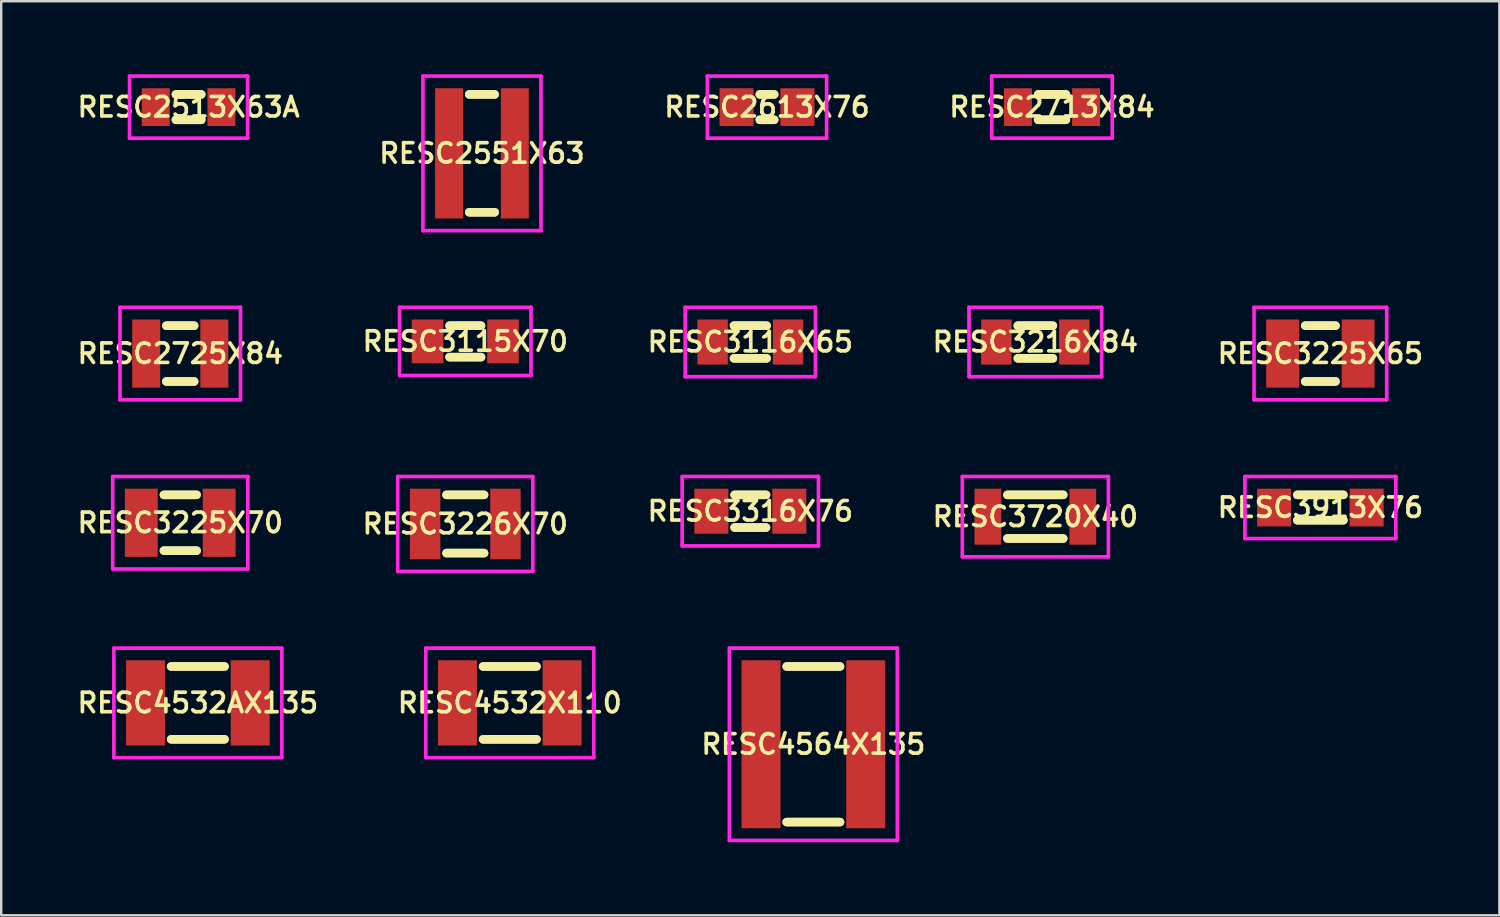
<source format=kicad_pcb>
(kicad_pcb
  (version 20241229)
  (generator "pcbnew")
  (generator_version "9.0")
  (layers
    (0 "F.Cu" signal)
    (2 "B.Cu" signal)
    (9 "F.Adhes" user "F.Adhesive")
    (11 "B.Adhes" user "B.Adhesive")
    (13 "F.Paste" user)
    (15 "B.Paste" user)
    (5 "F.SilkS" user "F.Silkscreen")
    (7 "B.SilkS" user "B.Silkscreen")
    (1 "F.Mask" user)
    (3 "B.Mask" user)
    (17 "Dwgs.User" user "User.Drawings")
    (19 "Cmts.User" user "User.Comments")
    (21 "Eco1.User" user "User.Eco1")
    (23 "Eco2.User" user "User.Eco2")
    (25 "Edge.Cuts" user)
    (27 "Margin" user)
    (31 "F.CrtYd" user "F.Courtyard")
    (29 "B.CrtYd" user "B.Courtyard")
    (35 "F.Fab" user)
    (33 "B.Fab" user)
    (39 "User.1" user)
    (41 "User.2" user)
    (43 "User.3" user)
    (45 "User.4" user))
  (footprint "RESC3913X76"
    (layer "F.Cu")
    (at 51.191 17.8)
    (property "Reference" "RESC3913X76" (at 0 0 0) (layer "F.SilkS") (effects (font (size 0.8 0.8) (thickness 0.15))))
    (attr smd)
    (fp_line (start -0.946 -0.521) (end 0.946 -0.521) (stroke (width 0.35) (type solid)) (layer "F.SilkS"))
    (fp_line (start -0.946 0.521) (end 0.946 0.521) (stroke (width 0.35) (type solid)) (layer "F.SilkS"))
    (fp_line (start 0.946 -0.521) (end -0.946 -0.521) (stroke (width 0.35) (type solid)) (layer "F.SilkS"))
    (fp_line (start 0.946 0.521) (end -0.946 0.521) (stroke (width 0.35) (type solid)) (layer "F.SilkS"))
    (fp_line (start -3.1 -1.275) (end 3.1 -1.275) (stroke (width 0.15) (type solid)) (layer "F.CrtYd"))
    (fp_line (start -3.1 1.275) (end -3.1 -1.275) (stroke (width 0.15) (type solid)) (layer "F.CrtYd"))
    (fp_line (start 3.1 -1.275) (end 3.1 1.275) (stroke (width 0.15) (type solid)) (layer "F.CrtYd"))
    (fp_line (start 3.1 1.275) (end -3.1 1.275) (stroke (width 0.15) (type solid)) (layer "F.CrtYd"))
    (pad "1" smd rect (at -1.9 0) (size 1.4 1.55) (layers "F.Cu" "F.Mask" "F.Paste"))
    (pad "2" smd rect (at 1.9 0) (size 1.4 1.55) (layers "F.Cu" "F.Mask" "F.Paste")))
  (footprint "RESC4532X110"
    (layer "F.Cu")
    (at 17.892 25.825)
    (property "Reference" "RESC4532X110" (at 0 0 0) (layer "F.SilkS") (effects (font (size 0.8 0.8) (thickness 0.15))))
    (attr through_hole)
    (fp_line (start -1.096 -1.496) (end 1.096 -1.496) (stroke (width 0.35) (type solid)) (layer "F.SilkS"))
    (fp_line (start -1.096 1.496) (end 1.096 1.496) (stroke (width 0.35) (type solid)) (layer "F.SilkS"))
    (fp_line (start 1.096 -1.496) (end -1.096 -1.496) (stroke (width 0.35) (type solid)) (layer "F.SilkS"))
    (fp_line (start 1.096 1.496) (end -1.096 1.496) (stroke (width 0.35) (type solid)) (layer "F.SilkS"))
    (fp_line (start -3.45 -2.25) (end 3.45 -2.25) (stroke (width 0.15) (type solid)) (layer "F.CrtYd"))
    (fp_line (start -3.45 2.25) (end -3.45 -2.25) (stroke (width 0.15) (type solid)) (layer "F.CrtYd"))
    (fp_line (start 3.45 -2.25) (end 3.45 2.25) (stroke (width 0.15) (type solid)) (layer "F.CrtYd"))
    (fp_line (start 3.45 2.25) (end -3.45 2.25) (stroke (width 0.15) (type solid)) (layer "F.CrtYd"))
    (pad "1" smd rect (at -2.15 0) (size 1.6 3.5) (layers "F.Cu" "F.Mask" "F.Paste"))
    (pad "2" smd rect (at 2.15 0) (size 1.6 3.5) (layers "F.Cu" "F.Mask" "F.Paste")))
  (footprint "RESC3226X70"
    (layer "F.Cu")
    (at 16.064 18.475)
    (property "Reference" "RESC3226X70" (at 0 0 0) (layer "F.SilkS") (effects (font (size 0.8 0.8) (thickness 0.15))))
    (attr smd)
    (fp_line (start -0.771 -1.196) (end 0.771 -1.196) (stroke (width 0.35) (type solid)) (layer "F.SilkS"))
    (fp_line (start -0.771 1.196) (end 0.771 1.196) (stroke (width 0.35) (type solid)) (layer "F.SilkS"))
    (fp_line (start 0.771 -1.196) (end -0.771 -1.196) (stroke (width 0.35) (type solid)) (layer "F.SilkS"))
    (fp_line (start 0.771 1.196) (end -0.771 1.196) (stroke (width 0.35) (type solid)) (layer "F.SilkS"))
    (fp_line (start -2.775 -1.95) (end 2.775 -1.95) (stroke (width 0.15) (type solid)) (layer "F.CrtYd"))
    (fp_line (start -2.775 1.95) (end -2.775 -1.95) (stroke (width 0.15) (type solid)) (layer "F.CrtYd"))
    (fp_line (start 2.775 -1.95) (end 2.775 1.95) (stroke (width 0.15) (type solid)) (layer "F.CrtYd"))
    (fp_line (start 2.775 1.95) (end -2.775 1.95) (stroke (width 0.15) (type solid)) (layer "F.CrtYd"))
    (pad "1" smd rect (at -1.65 0) (size 1.25 2.9) (layers "F.Cu" "F.Mask" "F.Paste"))
    (pad "2" smd rect (at 1.65 0) (size 1.25 2.9) (layers "F.Cu" "F.Mask" "F.Paste")))
  (footprint "RESC2513X63A"
    (layer "F.Cu")
    (at 4.697 1.35)
    (property "Reference" "RESC2513X63A" (at 0 0 0) (layer "F.SilkS") (effects (font (size 0.8 0.8) (thickness 0.15))))
    (attr through_hole)
    (fp_line (start -0.521 -0.521) (end 0.521 -0.521) (stroke (width 0.35) (type solid)) (layer "F.SilkS"))
    (fp_line (start -0.521 0.521) (end 0.521 0.521) (stroke (width 0.35) (type solid)) (layer "F.SilkS"))
    (fp_line (start 0.521 -0.521) (end -0.521 -0.521) (stroke (width 0.35) (type solid)) (layer "F.SilkS"))
    (fp_line (start 0.521 0.521) (end -0.521 0.521) (stroke (width 0.35) (type solid)) (layer "F.SilkS"))
    (fp_line (start -2.425 -1.275) (end 2.425 -1.275) (stroke (width 0.15) (type solid)) (layer "F.CrtYd"))
    (fp_line (start -2.425 1.275) (end -2.425 -1.275) (stroke (width 0.15) (type solid)) (layer "F.CrtYd"))
    (fp_line (start 2.425 -1.275) (end 2.425 1.275) (stroke (width 0.15) (type solid)) (layer "F.CrtYd"))
    (fp_line (start 2.425 1.275) (end -2.425 1.275) (stroke (width 0.15) (type solid)) (layer "F.CrtYd"))
    (pad "1" smd rect (at -1.35 0) (size 1.15 1.55) (layers "F.Cu" "F.Mask" "F.Paste"))
    (pad "2" smd rect (at 1.35 0) (size 1.15 1.55) (layers "F.Cu" "F.Mask" "F.Paste")))
  (footprint "RESC3720X40"
    (layer "F.Cu")
    (at 39.482 18.175)
    (property "Reference" "RESC3720X40" (at 0 0 0) (layer "F.SilkS") (effects (font (size 0.8 0.8) (thickness 0.15))))
    (attr smd)
    (fp_line (start -1.146 -0.896) (end 1.146 -0.896) (stroke (width 0.35) (type solid)) (layer "F.SilkS"))
    (fp_line (start -1.146 0.896) (end 1.146 0.896) (stroke (width 0.35) (type solid)) (layer "F.SilkS"))
    (fp_line (start 1.146 -0.896) (end -1.146 -0.896) (stroke (width 0.35) (type solid)) (layer "F.SilkS"))
    (fp_line (start 1.146 0.896) (end -1.146 0.896) (stroke (width 0.35) (type solid)) (layer "F.SilkS"))
    (fp_line (start -3 -1.65) (end 3 -1.65) (stroke (width 0.15) (type solid)) (layer "F.CrtYd"))
    (fp_line (start -3 1.65) (end -3 -1.65) (stroke (width 0.15) (type solid)) (layer "F.CrtYd"))
    (fp_line (start 3 -1.65) (end 3 1.65) (stroke (width 0.15) (type solid)) (layer "F.CrtYd"))
    (fp_line (start 3 1.65) (end -3 1.65) (stroke (width 0.15) (type solid)) (layer "F.CrtYd"))
    (pad "1" smd rect (at -1.95 0) (size 1.1 2.3) (layers "F.Cu" "F.Mask" "F.Paste"))
    (pad "2" smd rect (at 1.95 0) (size 1.1 2.3) (layers "F.Cu" "F.Mask" "F.Paste")))
  (footprint "RESC2551X63"
    (layer "F.Cu")
    (at 16.749 3.25)
    (property "Reference" "RESC2551X63" (at 0 0 0) (layer "F.SilkS") (effects (font (size 0.8 0.8) (thickness 0.15))))
    (attr through_hole)
    (fp_line (start -0.521 -2.421) (end 0.521 -2.421) (stroke (width 0.35) (type solid)) (layer "F.SilkS"))
    (fp_line (start -0.521 2.421) (end 0.521 2.421) (stroke (width 0.35) (type solid)) (layer "F.SilkS"))
    (fp_line (start 0.521 -2.421) (end -0.521 -2.421) (stroke (width 0.35) (type solid)) (layer "F.SilkS"))
    (fp_line (start 0.521 2.421) (end -0.521 2.421) (stroke (width 0.35) (type solid)) (layer "F.SilkS"))
    (fp_line (start -2.425 -3.175) (end 2.425 -3.175) (stroke (width 0.15) (type solid)) (layer "F.CrtYd"))
    (fp_line (start -2.425 3.175) (end -2.425 -3.175) (stroke (width 0.15) (type solid)) (layer "F.CrtYd"))
    (fp_line (start 2.425 -3.175) (end 2.425 3.175) (stroke (width 0.15) (type solid)) (layer "F.CrtYd"))
    (fp_line (start 2.425 3.175) (end -2.425 3.175) (stroke (width 0.15) (type solid)) (layer "F.CrtYd"))
    (pad "1" smd rect (at -1.35 0) (size 1.15 5.35) (layers "F.Cu" "F.Mask" "F.Paste"))
    (pad "2" smd rect (at 1.35 0) (size 1.15 5.35) (layers "F.Cu" "F.Mask" "F.Paste")))
  (footprint "RESC3116X65"
    (layer "F.Cu")
    (at 27.773 11)
    (property "Reference" "RESC3116X65" (at 0 0 0) (layer "F.SilkS") (effects (font (size 0.8 0.8) (thickness 0.15))))
    (attr smd)
    (fp_line (start -0.671 -0.671) (end 0.671 -0.671) (stroke (width 0.35) (type solid)) (layer "F.SilkS"))
    (fp_line (start -0.671 0.671) (end 0.671 0.671) (stroke (width 0.35) (type solid)) (layer "F.SilkS"))
    (fp_line (start 0.671 -0.671) (end -0.671 -0.671) (stroke (width 0.35) (type solid)) (layer "F.SilkS"))
    (fp_line (start 0.671 0.671) (end -0.671 0.671) (stroke (width 0.35) (type solid)) (layer "F.SilkS"))
    (fp_line (start -2.675 -1.425) (end 2.675 -1.425) (stroke (width 0.15) (type solid)) (layer "F.CrtYd"))
    (fp_line (start -2.675 1.425) (end -2.675 -1.425) (stroke (width 0.15) (type solid)) (layer "F.CrtYd"))
    (fp_line (start 2.675 -1.425) (end 2.675 1.425) (stroke (width 0.15) (type solid)) (layer "F.CrtYd"))
    (fp_line (start 2.675 1.425) (end -2.675 1.425) (stroke (width 0.15) (type solid)) (layer "F.CrtYd"))
    (pad "1" smd rect (at -1.55 0) (size 1.25 1.85) (layers "F.Cu" "F.Mask" "F.Paste"))
    (pad "2" smd rect (at 1.55 0) (size 1.25 1.85) (layers "F.Cu" "F.Mask" "F.Paste")))
  (footprint "RESC2713X84"
    (layer "F.Cu")
    (at 40.167 1.35)
    (property "Reference" "RESC2713X84" (at 0 0 0) (layer "F.SilkS") (effects (font (size 0.8 0.8) (thickness 0.15))))
    (attr smd)
    (fp_line (start -0.571 -0.521) (end 0.571 -0.521) (stroke (width 0.35) (type solid)) (layer "F.SilkS"))
    (fp_line (start -0.571 0.521) (end 0.571 0.521) (stroke (width 0.35) (type solid)) (layer "F.SilkS"))
    (fp_line (start 0.571 -0.521) (end -0.571 -0.521) (stroke (width 0.35) (type solid)) (layer "F.SilkS"))
    (fp_line (start 0.571 0.521) (end -0.571 0.521) (stroke (width 0.35) (type solid)) (layer "F.SilkS"))
    (fp_line (start -2.475 -1.275) (end 2.475 -1.275) (stroke (width 0.15) (type solid)) (layer "F.CrtYd"))
    (fp_line (start -2.475 1.275) (end -2.475 -1.275) (stroke (width 0.15) (type solid)) (layer "F.CrtYd"))
    (fp_line (start 2.475 -1.275) (end 2.475 1.275) (stroke (width 0.15) (type solid)) (layer "F.CrtYd"))
    (fp_line (start 2.475 1.275) (end -2.475 1.275) (stroke (width 0.15) (type solid)) (layer "F.CrtYd"))
    (pad "1" smd rect (at -1.4 0) (size 1.15 1.55) (layers "F.Cu" "F.Mask" "F.Paste"))
    (pad "2" smd rect (at 1.4 0) (size 1.15 1.55) (layers "F.Cu" "F.Mask" "F.Paste")))
  (footprint "RESC3115X70"
    (layer "F.Cu")
    (at 16.064 10.975)
    (property "Reference" "RESC3115X70" (at 0 0 0) (layer "F.SilkS") (effects (font (size 0.8 0.8) (thickness 0.15))))
    (attr smd)
    (fp_line (start -0.646 -0.646) (end 0.646 -0.646) (stroke (width 0.35) (type solid)) (layer "F.SilkS"))
    (fp_line (start -0.646 0.646) (end 0.646 0.646) (stroke (width 0.35) (type solid)) (layer "F.SilkS"))
    (fp_line (start 0.646 -0.646) (end -0.646 -0.646) (stroke (width 0.35) (type solid)) (layer "F.SilkS"))
    (fp_line (start 0.646 0.646) (end -0.646 0.646) (stroke (width 0.35) (type solid)) (layer "F.SilkS"))
    (fp_line (start -2.7 -1.4) (end 2.7 -1.4) (stroke (width 0.15) (type solid)) (layer "F.CrtYd"))
    (fp_line (start -2.7 1.4) (end -2.7 -1.4) (stroke (width 0.15) (type solid)) (layer "F.CrtYd"))
    (fp_line (start 2.7 -1.4) (end 2.7 1.4) (stroke (width 0.15) (type solid)) (layer "F.CrtYd"))
    (fp_line (start 2.7 1.4) (end -2.7 1.4) (stroke (width 0.15) (type solid)) (layer "F.CrtYd"))
    (pad "1" smd rect (at -1.55 0) (size 1.3 1.8) (layers "F.Cu" "F.Mask" "F.Paste"))
    (pad "2" smd rect (at 1.55 0) (size 1.3 1.8) (layers "F.Cu" "F.Mask" "F.Paste")))
  (footprint "RESC3316X76"
    (layer "F.Cu")
    (at 27.773 17.95)
    (property "Reference" "RESC3316X76" (at 0 0 0) (layer "F.SilkS") (effects (font (size 0.8 0.8) (thickness 0.15))))
    (attr through_hole)
    (fp_line (start -0.646 -0.671) (end 0.646 -0.671) (stroke (width 0.35) (type solid)) (layer "F.SilkS"))
    (fp_line (start -0.646 0.671) (end 0.646 0.671) (stroke (width 0.35) (type solid)) (layer "F.SilkS"))
    (fp_line (start 0.646 -0.671) (end -0.646 -0.671) (stroke (width 0.35) (type solid)) (layer "F.SilkS"))
    (fp_line (start 0.646 0.671) (end -0.646 0.671) (stroke (width 0.35) (type solid)) (layer "F.SilkS"))
    (fp_line (start -2.8 -1.425) (end 2.8 -1.425) (stroke (width 0.15) (type solid)) (layer "F.CrtYd"))
    (fp_line (start -2.8 1.425) (end -2.8 -1.425) (stroke (width 0.15) (type solid)) (layer "F.CrtYd"))
    (fp_line (start 2.8 -1.425) (end 2.8 1.425) (stroke (width 0.15) (type solid)) (layer "F.CrtYd"))
    (fp_line (start 2.8 1.425) (end -2.8 1.425) (stroke (width 0.15) (type solid)) (layer "F.CrtYd"))
    (pad "1" smd rect (at -1.6 0) (size 1.4 1.85) (layers "F.Cu" "F.Mask" "F.Paste"))
    (pad "2" smd rect (at 1.6 0) (size 1.4 1.85) (layers "F.Cu" "F.Mask" "F.Paste")))
  (footprint "RESC4564X135"
    (layer "F.Cu")
    (at 30.363 27.525)
    (property "Reference" "RESC4564X135" (at 0 0 0) (layer "F.SilkS") (effects (font (size 0.8 0.8) (thickness 0.15))))
    (attr through_hole)
    (fp_line (start -1.096 -3.196) (end 1.096 -3.196) (stroke (width 0.35) (type solid)) (layer "F.SilkS"))
    (fp_line (start -1.096 3.196) (end 1.096 3.196) (stroke (width 0.35) (type solid)) (layer "F.SilkS"))
    (fp_line (start 1.096 -3.196) (end -1.096 -3.196) (stroke (width 0.35) (type solid)) (layer "F.SilkS"))
    (fp_line (start 1.096 3.196) (end -1.096 3.196) (stroke (width 0.35) (type solid)) (layer "F.SilkS"))
    (fp_line (start -3.45 -3.95) (end 3.45 -3.95) (stroke (width 0.15) (type solid)) (layer "F.CrtYd"))
    (fp_line (start -3.45 3.95) (end -3.45 -3.95) (stroke (width 0.15) (type solid)) (layer "F.CrtYd"))
    (fp_line (start 3.45 -3.95) (end 3.45 3.95) (stroke (width 0.15) (type solid)) (layer "F.CrtYd"))
    (fp_line (start 3.45 3.95) (end -3.45 3.95) (stroke (width 0.15) (type solid)) (layer "F.CrtYd"))
    (pad "1" smd rect (at -2.15 0) (size 1.6 6.9) (layers "F.Cu" "F.Mask" "F.Paste"))
    (pad "2" smd rect (at 2.15 0) (size 1.6 6.9) (layers "F.Cu" "F.Mask" "F.Paste")))
  (footprint "RESC2613X76"
    (layer "F.Cu")
    (at 28.458 1.35)
    (property "Reference" "RESC2613X76" (at 0 0 0) (layer "F.SilkS") (effects (font (size 0.8 0.8) (thickness 0.15))))
    (attr through_hole)
    (fp_line (start -0.296 -0.521) (end 0.296 -0.521) (stroke (width 0.35) (type solid)) (layer "F.SilkS"))
    (fp_line (start -0.296 0.521) (end 0.296 0.521) (stroke (width 0.35) (type solid)) (layer "F.SilkS"))
    (fp_line (start 0.296 -0.521) (end -0.296 -0.521) (stroke (width 0.35) (type solid)) (layer "F.SilkS"))
    (fp_line (start 0.296 0.521) (end -0.296 0.521) (stroke (width 0.35) (type solid)) (layer "F.SilkS"))
    (fp_line (start -2.45 -1.275) (end 2.45 -1.275) (stroke (width 0.15) (type solid)) (layer "F.CrtYd"))
    (fp_line (start -2.45 1.275) (end -2.45 -1.275) (stroke (width 0.15) (type solid)) (layer "F.CrtYd"))
    (fp_line (start 2.45 -1.275) (end 2.45 1.275) (stroke (width 0.15) (type solid)) (layer "F.CrtYd"))
    (fp_line (start 2.45 1.275) (end -2.45 1.275) (stroke (width 0.15) (type solid)) (layer "F.CrtYd"))
    (pad "1" smd rect (at -1.25 0) (size 1.4 1.55) (layers "F.Cu" "F.Mask" "F.Paste"))
    (pad "2" smd rect (at 1.25 0) (size 1.4 1.55) (layers "F.Cu" "F.Mask" "F.Paste")))
  (footprint "RESC3225X65"
    (layer "F.Cu")
    (at 51.191 11.475)
    (property "Reference" "RESC3225X65" (at 0 0 0) (layer "F.SilkS") (effects (font (size 0.8 0.8) (thickness 0.15))))
    (attr smd)
    (fp_line (start -0.621 -1.146) (end 0.621 -1.146) (stroke (width 0.35) (type solid)) (layer "F.SilkS"))
    (fp_line (start -0.621 1.146) (end 0.621 1.146) (stroke (width 0.35) (type solid)) (layer "F.SilkS"))
    (fp_line (start 0.621 -1.146) (end -0.621 -1.146) (stroke (width 0.35) (type solid)) (layer "F.SilkS"))
    (fp_line (start 0.621 1.146) (end -0.621 1.146) (stroke (width 0.35) (type solid)) (layer "F.SilkS"))
    (fp_line (start -2.725 -1.9) (end 2.725 -1.9) (stroke (width 0.15) (type solid)) (layer "F.CrtYd"))
    (fp_line (start -2.725 1.9) (end -2.725 -1.9) (stroke (width 0.15) (type solid)) (layer "F.CrtYd"))
    (fp_line (start 2.725 -1.9) (end 2.725 1.9) (stroke (width 0.15) (type solid)) (layer "F.CrtYd"))
    (fp_line (start 2.725 1.9) (end -2.725 1.9) (stroke (width 0.15) (type solid)) (layer "F.CrtYd"))
    (pad "1" smd rect (at -1.55 0) (size 1.35 2.8) (layers "F.Cu" "F.Mask" "F.Paste"))
    (pad "2" smd rect (at 1.55 0) (size 1.35 2.8) (layers "F.Cu" "F.Mask" "F.Paste")))
  (footprint "RESC3225X70"
    (layer "F.Cu")
    (at 4.355 18.425)
    (property "Reference" "RESC3225X70" (at 0 0 0) (layer "F.SilkS") (effects (font (size 0.8 0.8) (thickness 0.15))))
    (attr smd)
    (fp_line (start -0.671 -1.146) (end 0.671 -1.146) (stroke (width 0.35) (type solid)) (layer "F.SilkS"))
    (fp_line (start -0.671 1.146) (end 0.671 1.146) (stroke (width 0.35) (type solid)) (layer "F.SilkS"))
    (fp_line (start 0.671 -1.146) (end -0.671 -1.146) (stroke (width 0.35) (type solid)) (layer "F.SilkS"))
    (fp_line (start 0.671 1.146) (end -0.671 1.146) (stroke (width 0.35) (type solid)) (layer "F.SilkS"))
    (fp_line (start -2.775 -1.9) (end 2.775 -1.9) (stroke (width 0.15) (type solid)) (layer "F.CrtYd"))
    (fp_line (start -2.775 1.9) (end -2.775 -1.9) (stroke (width 0.15) (type solid)) (layer "F.CrtYd"))
    (fp_line (start 2.775 -1.9) (end 2.775 1.9) (stroke (width 0.15) (type solid)) (layer "F.CrtYd"))
    (fp_line (start 2.775 1.9) (end -2.775 1.9) (stroke (width 0.15) (type solid)) (layer "F.CrtYd"))
    (pad "1" smd rect (at -1.6 0) (size 1.35 2.8) (layers "F.Cu" "F.Mask" "F.Paste"))
    (pad "2" smd rect (at 1.6 0) (size 1.35 2.8) (layers "F.Cu" "F.Mask" "F.Paste")))
  (footprint "RESC2725X84"
    (layer "F.Cu")
    (at 4.355 11.475)
    (property "Reference" "RESC2725X84" (at 0 0 0) (layer "F.SilkS") (effects (font (size 0.8 0.8) (thickness 0.15))))
    (attr smd)
    (fp_line (start -0.571 -1.146) (end 0.571 -1.146) (stroke (width 0.35) (type solid)) (layer "F.SilkS"))
    (fp_line (start -0.571 1.146) (end 0.571 1.146) (stroke (width 0.35) (type solid)) (layer "F.SilkS"))
    (fp_line (start 0.571 -1.146) (end -0.571 -1.146) (stroke (width 0.35) (type solid)) (layer "F.SilkS"))
    (fp_line (start 0.571 1.146) (end -0.571 1.146) (stroke (width 0.35) (type solid)) (layer "F.SilkS"))
    (fp_line (start -2.475 -1.9) (end 2.475 -1.9) (stroke (width 0.15) (type solid)) (layer "F.CrtYd"))
    (fp_line (start -2.475 1.9) (end -2.475 -1.9) (stroke (width 0.15) (type solid)) (layer "F.CrtYd"))
    (fp_line (start 2.475 -1.9) (end 2.475 1.9) (stroke (width 0.15) (type solid)) (layer "F.CrtYd"))
    (fp_line (start 2.475 1.9) (end -2.475 1.9) (stroke (width 0.15) (type solid)) (layer "F.CrtYd"))
    (pad "1" smd rect (at -1.4 0) (size 1.15 2.8) (layers "F.Cu" "F.Mask" "F.Paste"))
    (pad "2" smd rect (at 1.4 0) (size 1.15 2.8) (layers "F.Cu" "F.Mask" "F.Paste")))
  (footprint "RESC3216X84"
    (layer "F.Cu")
    (at 39.482 11)
    (property "Reference" "RESC3216X84" (at 0 0 0) (layer "F.SilkS") (effects (font (size 0.8 0.8) (thickness 0.15))))
    (attr smd)
    (fp_line (start -0.721 -0.671) (end 0.721 -0.671) (stroke (width 0.35) (type solid)) (layer "F.SilkS"))
    (fp_line (start -0.721 0.671) (end 0.721 0.671) (stroke (width 0.35) (type solid)) (layer "F.SilkS"))
    (fp_line (start 0.721 -0.671) (end -0.721 -0.671) (stroke (width 0.35) (type solid)) (layer "F.SilkS"))
    (fp_line (start 0.721 0.671) (end -0.721 0.671) (stroke (width 0.35) (type solid)) (layer "F.SilkS"))
    (fp_line (start -2.725 -1.425) (end 2.725 -1.425) (stroke (width 0.15) (type solid)) (layer "F.CrtYd"))
    (fp_line (start -2.725 1.425) (end -2.725 -1.425) (stroke (width 0.15) (type solid)) (layer "F.CrtYd"))
    (fp_line (start 2.725 -1.425) (end 2.725 1.425) (stroke (width 0.15) (type solid)) (layer "F.CrtYd"))
    (fp_line (start 2.725 1.425) (end -2.725 1.425) (stroke (width 0.15) (type solid)) (layer "F.CrtYd"))
    (pad "1" smd rect (at -1.6 0) (size 1.25 1.85) (layers "F.Cu" "F.Mask" "F.Paste"))
    (pad "2" smd rect (at 1.6 0) (size 1.25 1.85) (layers "F.Cu" "F.Mask" "F.Paste")))
  (footprint "RESC4532AX135"
    (layer "F.Cu")
    (at 5.078 25.825)
    (property "Reference" "RESC4532AX135" (at 0 0 0) (layer "F.SilkS") (effects (font (size 0.8 0.8) (thickness 0.15))))
    (attr smd)
    (fp_line (start -1.096 -1.496) (end 1.096 -1.496) (stroke (width 0.35) (type solid)) (layer "F.SilkS"))
    (fp_line (start -1.096 1.496) (end 1.096 1.496) (stroke (width 0.35) (type solid)) (layer "F.SilkS"))
    (fp_line (start 1.096 -1.496) (end -1.096 -1.496) (stroke (width 0.35) (type solid)) (layer "F.SilkS"))
    (fp_line (start 1.096 1.496) (end -1.096 1.496) (stroke (width 0.35) (type solid)) (layer "F.SilkS"))
    (fp_line (start -3.45 -2.25) (end 3.45 -2.25) (stroke (width 0.15) (type solid)) (layer "F.CrtYd"))
    (fp_line (start -3.45 2.25) (end -3.45 -2.25) (stroke (width 0.15) (type solid)) (layer "F.CrtYd"))
    (fp_line (start 3.45 -2.25) (end 3.45 2.25) (stroke (width 0.15) (type solid)) (layer "F.CrtYd"))
    (fp_line (start 3.45 2.25) (end -3.45 2.25) (stroke (width 0.15) (type solid)) (layer "F.CrtYd"))
    (pad "1" smd rect (at -2.15 0) (size 1.6 3.5) (layers "F.Cu" "F.Mask" "F.Paste"))
    (pad "2" smd rect (at 2.15 0) (size 1.6 3.5) (layers "F.Cu" "F.Mask" "F.Paste")))
  (gr_rect
    (start -3 -3)
    (end 58.545 34.55)
    (stroke (width 0.1) (type default))
    (fill no)
    (layer "Edge.Cuts")))
</source>
